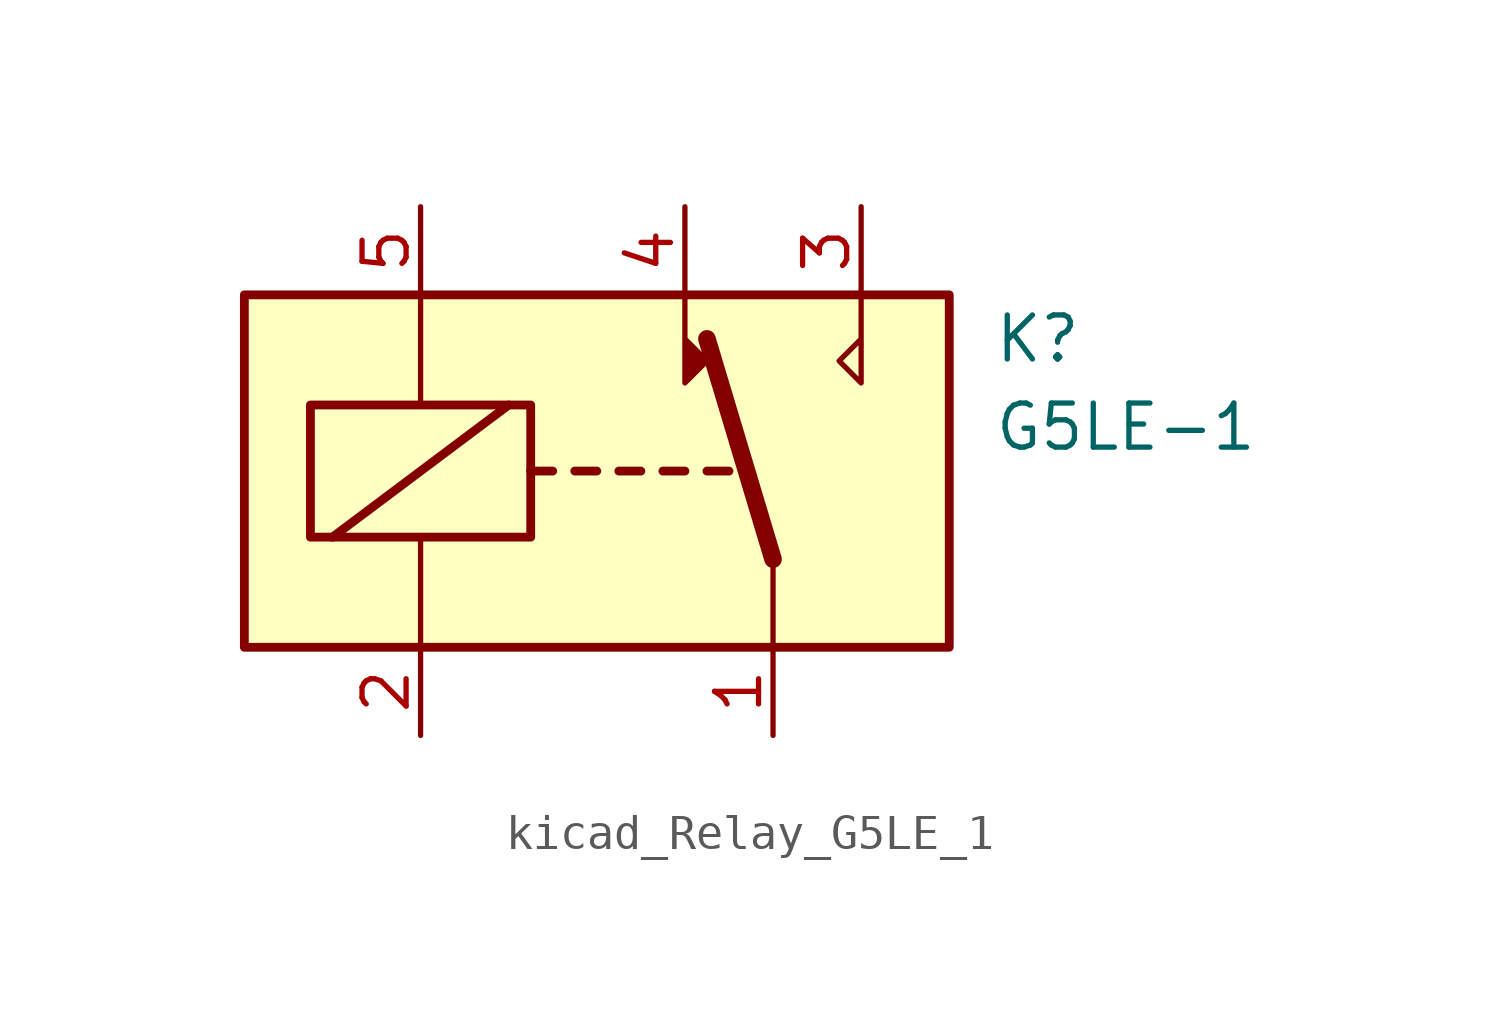
<source format=kicad_sym>
(kicad_symbol_lib
  (version 20220914)
  (generator kicad_symbol_editor)
  (symbol "kicad_Relay_G5LE_1"
    (property "Reference" "K"
      (at 11.43 3.81 0)
      (effects (font (size 1.27 1.27)) (justify left)))
    (property "Value" "G5LE-1"
      (at 11.43 1.27 0)
      (effects (font (size 1.27 1.27)) (justify left)))
    (symbol "kicad_Relay_G5LE_1_0_0"
      (polyline (pts (xy 7.62 5.08) (xy 7.62 2.54) (xy 6.985 3.175) (xy 7.62 3.81)) (stroke (width 0) (type default)) (fill (type none))))
    (symbol "kicad_Relay_G5LE_1_0_1"
      (rectangle (start -10.16 5.08) (end 10.16 -5.08) (stroke (width 0.254) (type default)) (fill (type background)))
      (rectangle (start -8.255 1.905) (end -1.905 -1.905) (stroke (width 0.254) (type default)) (fill (type none)))
      (polyline (pts (xy -7.62 -1.905) (xy -2.54 1.905)) (stroke (width 0.254) (type default)) (fill (type none)))
      (polyline (pts (xy -5.08 -5.08) (xy -5.08 -1.905)) (stroke (width 0) (type default)) (fill (type none)))
      (polyline (pts (xy -5.08 5.08) (xy -5.08 1.905)) (stroke (width 0) (type default)) (fill (type none)))
      (polyline (pts (xy -1.905 0) (xy -1.27 0)) (stroke (width 0.254) (type default)) (fill (type none)))
      (polyline (pts (xy -0.635 0) (xy 0 0)) (stroke (width 0.254) (type default)) (fill (type none)))
      (polyline (pts (xy 0.635 0) (xy 1.27 0)) (stroke (width 0.254) (type default)) (fill (type none)))
      (polyline (pts (xy 1.905 0) (xy 2.54 0)) (stroke (width 0.254) (type default)) (fill (type none)))
      (polyline (pts (xy 3.175 0) (xy 3.81 0)) (stroke (width 0.254) (type default)) (fill (type none)))
      (polyline (pts (xy 5.08 -2.54) (xy 3.175 3.81)) (stroke (width 0.508) (type default)) (fill (type none)))
      (polyline (pts (xy 5.08 -2.54) (xy 5.08 -5.08)) (stroke (width 0) (type default)) (fill (type none)))
      (polyline (pts (xy 2.54 5.08) (xy 2.54 2.54) (xy 3.175 3.175) (xy 2.54 3.81)) (stroke (width 0) (type default)) (fill (type outline))))
    (symbol "kicad_Relay_G5LE_1_1_1"
      (pin passive line (at 5.08 -7.62 90) (length 2.54) (name "~" (effects (font (size 1.27 1.27)))) (number "1" (effects (font (size 1.27 1.27)))))
      (pin passive line (at -5.08 -7.62 90) (length 2.54) (name "~" (effects (font (size 1.27 1.27)))) (number "2" (effects (font (size 1.27 1.27)))))
      (pin passive line (at 7.62 7.62 270) (length 2.54) (name "~" (effects (font (size 1.27 1.27)))) (number "3" (effects (font (size 1.27 1.27)))))
      (pin passive line (at 2.54 7.62 270) (length 2.54) (name "~" (effects (font (size 1.27 1.27)))) (number "4" (effects (font (size 1.27 1.27)))))
      (pin passive line (at -5.08 7.62 270) (length 2.54) (name "~" (effects (font (size 1.27 1.27)))) (number "5" (effects (font (size 1.27 1.27))))))))
</source>
